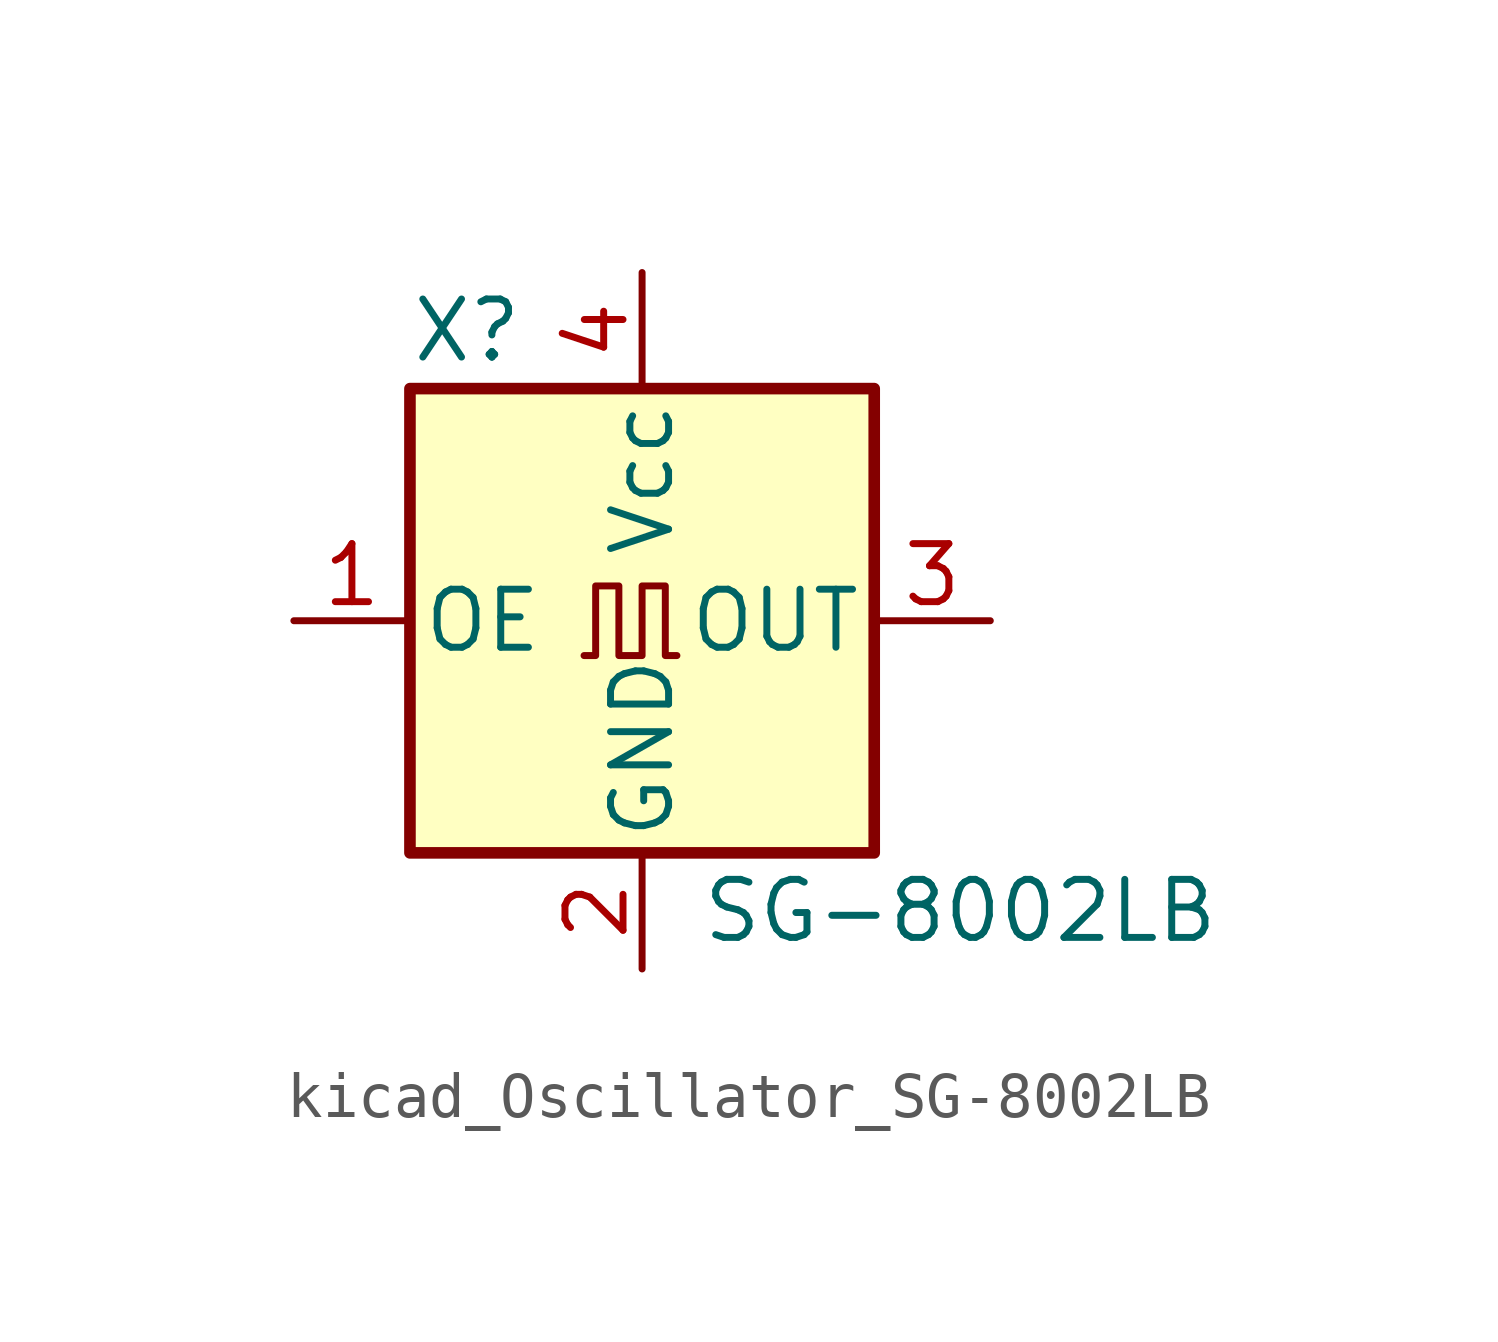
<source format=kicad_sym>
(kicad_symbol_lib
  (version 20220914)
  (generator kicad_symbol_editor)
  (symbol "kicad_Oscillator_SG-8002LB"
    (pin_names
      (offset 0.254))
    (property "Reference" "X"
      (at -5.08 6.35 0)
      (effects (font (size 1.27 1.27)) (justify left)))
    (property "Value" "SG-8002LB"
      (at 1.27 -6.35 0)
      (effects (font (size 1.27 1.27)) (justify left)))
    (symbol "kicad_Oscillator_SG-8002LB_0_1"
      (rectangle (start -5.08 5.08) (end 5.08 -5.08) (stroke (width 0.254) (type default)) (fill (type background)))
      (polyline (pts (xy -1.27 -0.762) (xy -1.016 -0.762) (xy -1.016 0.762) (xy -0.508 0.762) (xy -0.508 -0.762) (xy 0 -0.762) (xy 0 0.762) (xy 0.508 0.762) (xy 0.508 -0.762) (xy 0.762 -0.762)) (stroke (width 0) (type default)) (fill (type none))))
    (symbol "kicad_Oscillator_SG-8002LB_1_1"
      (pin input line (at -7.62 0 0) (length 2.54) (name "OE" (effects (font (size 1.27 1.27)))) (number "1" (effects (font (size 1.27 1.27)))))
      (pin power_in line (at 0 -7.62 90) (length 2.54) (name "GND" (effects (font (size 1.27 1.27)))) (number "2" (effects (font (size 1.27 1.27)))))
      (pin output line (at 7.62 0 180) (length 2.54) (name "OUT" (effects (font (size 1.27 1.27)))) (number "3" (effects (font (size 1.27 1.27)))))
      (pin power_in line (at 0 7.62 270) (length 2.54) (name "Vcc" (effects (font (size 1.27 1.27)))) (number "4" (effects (font (size 1.27 1.27))))))))
</source>
